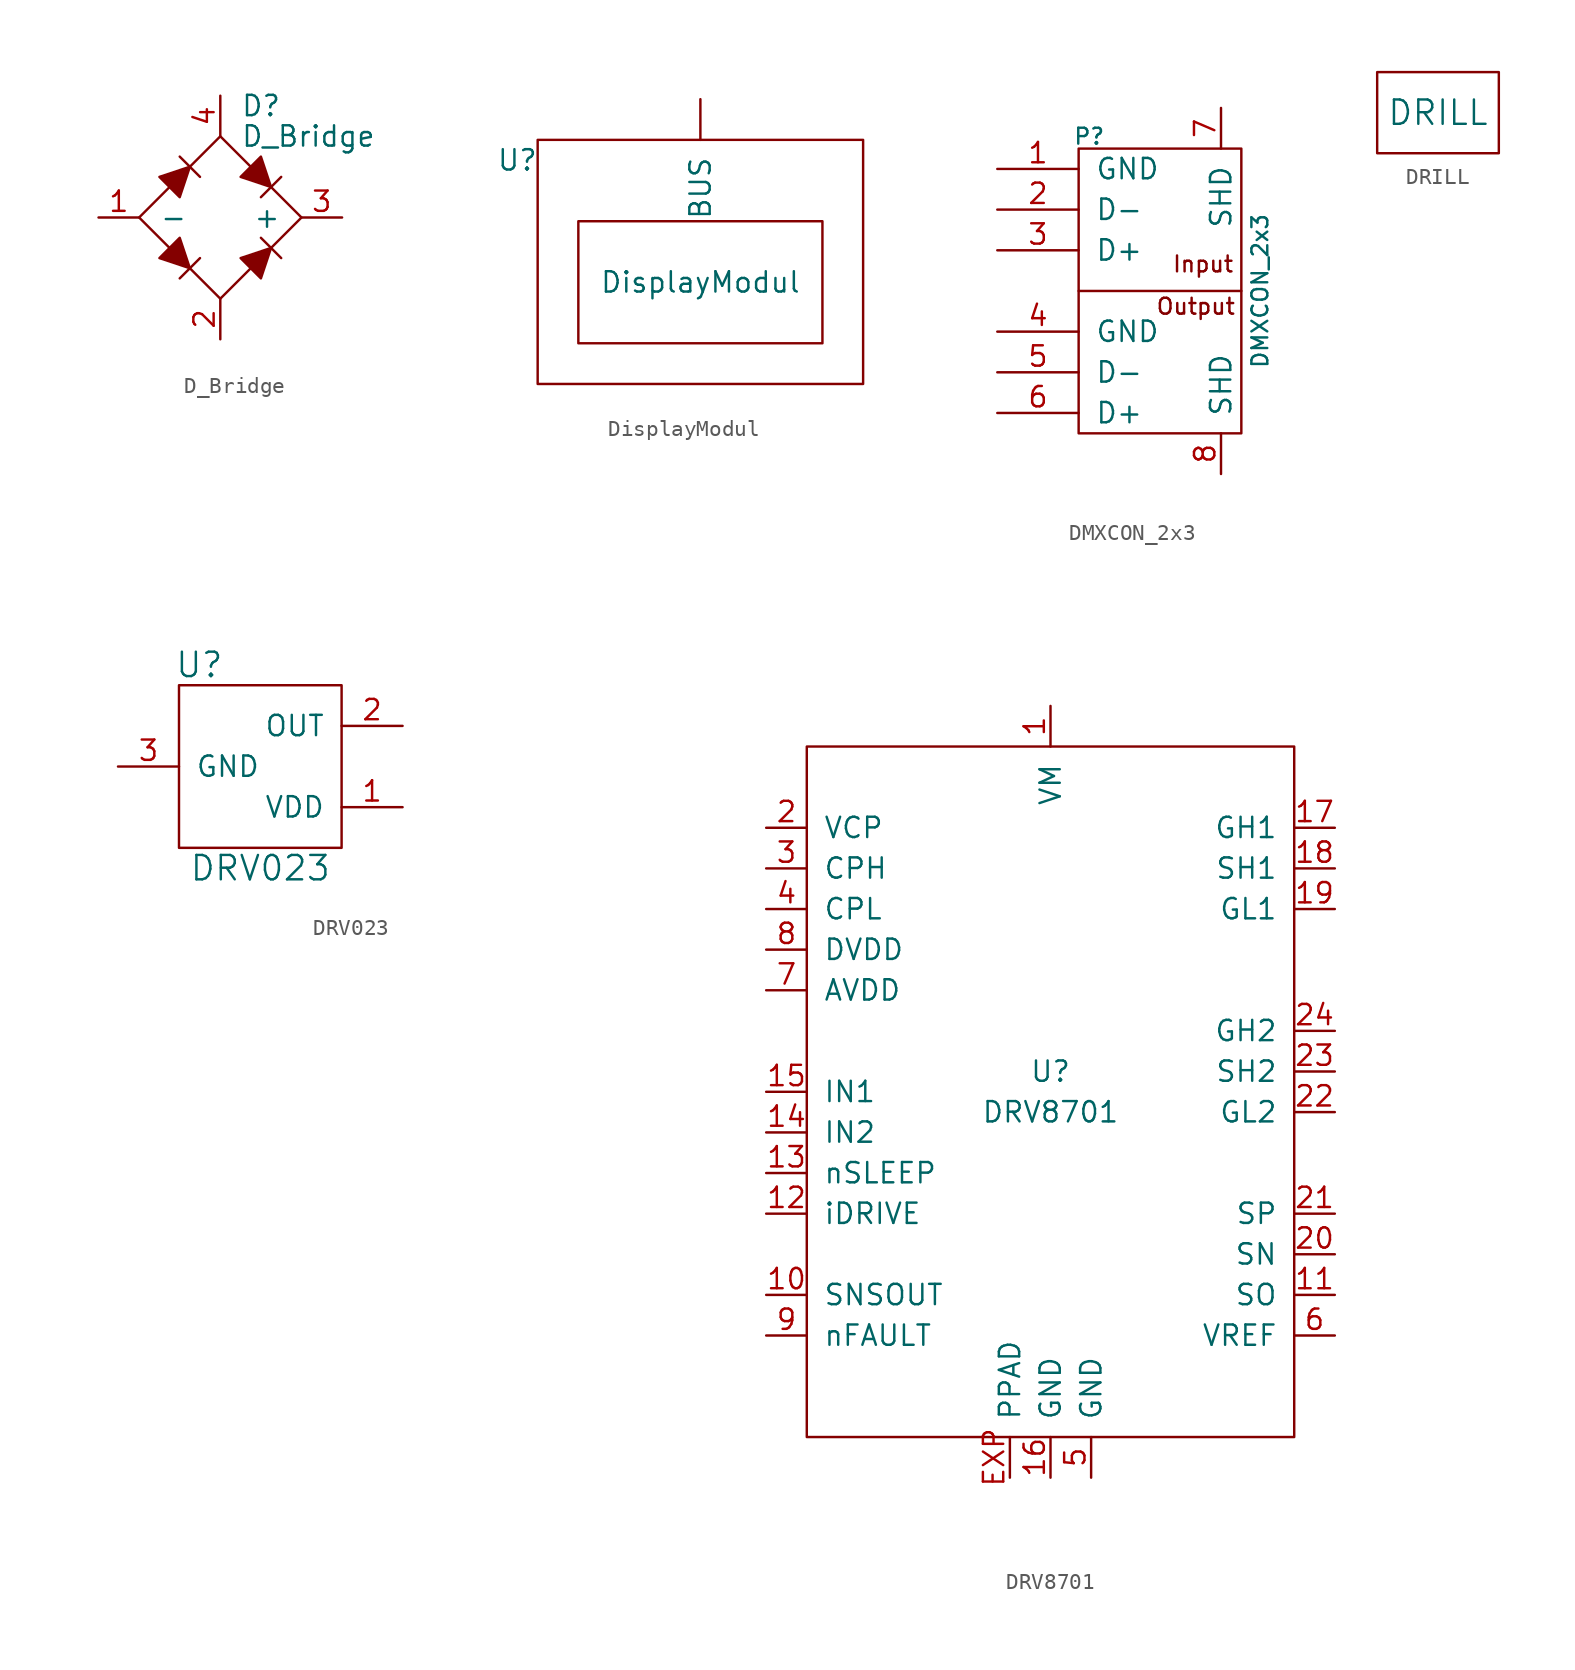
<source format=kicad_sym>
(kicad_symbol_lib
  (version 20210619)
  (generator kicad_symbol_editor)
  (symbol "tinkerforge:D_Bridge"
    (pin_names
      (offset 1.27))
    (property "Reference" "D"
      (at 1.27 6.985 0)
      (effects (font (size 1.27 1.27)) (justify left)))
    (property "Value" "D_Bridge"
      (at 1.27 5.08 0)
      (effects (font (size 1.27 1.27)) (justify left)))
    (symbol "D_Bridge_0_1"
      (polyline (pts (xy -2.54 3.81) (xy -1.27 2.54)) (stroke (width 0)) (fill (type none)))
      (polyline (pts (xy -1.27 -2.54) (xy -2.54 -3.81)) (stroke (width 0)) (fill (type none)))
      (polyline (pts (xy 2.54 -1.27) (xy 3.81 -2.54)) (stroke (width 0)) (fill (type none)))
      (polyline (pts (xy 2.54 1.27) (xy 3.81 2.54)) (stroke (width 0)) (fill (type none)))
      (polyline (pts (xy -5.08 0) (xy 0 -5.08) (xy 5.08 0) (xy 0 5.08) (xy -5.08 0)) (stroke (width 0)) (fill (type none)))
      (polyline (pts (xy -3.81 2.54) (xy -2.54 1.27) (xy -1.905 3.175) (xy -3.81 2.54)) (stroke (width 0)) (fill (type outline)))
      (polyline (pts (xy -2.54 -1.27) (xy -3.81 -2.54) (xy -1.905 -3.175) (xy -2.54 -1.27)) (stroke (width 0)) (fill (type outline)))
      (polyline (pts (xy 1.27 2.54) (xy 2.54 3.81) (xy 3.175 1.905) (xy 1.27 2.54)) (stroke (width 0)) (fill (type outline)))
      (polyline (pts (xy 3.175 -1.905) (xy 1.27 -2.54) (xy 2.54 -3.81) (xy 3.175 -1.905)) (stroke (width 0)) (fill (type outline))))
    (symbol "D_Bridge_1_1"
      (pin input line (at -7.62 0 0) (length 2.54) (name "-" (effects (font (size 1.27 1.27)))) (number "1" (effects (font (size 1.27 1.27)))))
      (pin input line (at 0 -7.62 90) (length 2.54) (name "~" (effects (font (size 1.27 1.27)))) (number "2" (effects (font (size 1.27 1.27)))))
      (pin input line (at 7.62 0 180) (length 2.54) (name "+" (effects (font (size 1.27 1.27)))) (number "3" (effects (font (size 1.27 1.27)))))
      (pin input line (at 0 7.62 270) (length 2.54) (name "~" (effects (font (size 1.27 1.27)))) (number "4" (effects (font (size 1.27 1.27)))))))
  (symbol "tinkerforge:DisplayModul"
    (pin_names
      (offset 1.016))
    (property "Reference" "U"
      (at -11.43 7.62 0)
      (effects (font (size 1.27 1.27))))
    (property "Value" "DisplayModul"
      (at 0 0 0)
      (effects (font (size 1.27 1.27))))
    (symbol "DisplayModul_0_1"
      (rectangle (start -10.16 8.89) (end 10.16 -6.35) (stroke (width 0)) (fill (type none)))
      (rectangle (start -7.62 3.81) (end 7.62 -3.81) (stroke (width 0)) (fill (type none))))
    (symbol "DisplayModul_1_1"
      (pin output line (at 0 11.43 270) (length 2.54) (name "BUS" (effects (font (size 1.27 1.27)))) (number "~" (effects (font (size 1.27 1.27)))))))
  (symbol "tinkerforge:DMXCON_2x3"
    (pin_names
      (offset 1.016))
    (property "Reference" "P"
      (at -4.42 9.652 0)
      (effects (font (size 0.991 0.991))))
    (property "Value" "DMXCON_2x3"
      (at 6.248 0 90)
      (effects (font (size 0.991 0.991))))
    (property "Footprint" ""
      (at -0.102 3.81 0)
      (effects (font (size 0.991 0.991))))
    (property "Datasheet" ""
      (at -0.102 3.81 0)
      (effects (font (size 0.991 0.991))))
    (symbol "DMXCON_2x3_0_0"
      (text "Input" (at 2.692 1.676 0) (effects (font (size 0.991 0.991))))
      (text "Output" (at 2.235 -0.965 0) (effects (font (size 0.991 0.991)))))
    (symbol "DMXCON_2x3_0_1"
      (rectangle (start -5.08 0) (end 5.08 0) (stroke (width 0)) (fill (type none)))
      (rectangle (start -5.08 8.89) (end 5.08 -8.89) (stroke (width 0)) (fill (type none))))
    (symbol "DMXCON_2x3_1_1"
      (pin passive line (at -10.16 7.62 0) (length 5.08) (name "GND" (effects (font (size 1.27 1.27)))) (number "1" (effects (font (size 1.27 1.27)))))
      (pin passive line (at -10.16 5.08 0) (length 5.08) (name "D-" (effects (font (size 1.27 1.27)))) (number "2" (effects (font (size 1.27 1.27)))))
      (pin passive line (at -10.16 2.54 0) (length 5.08) (name "D+" (effects (font (size 1.27 1.27)))) (number "3" (effects (font (size 1.27 1.27)))))
      (pin passive line (at -10.16 -2.54 0) (length 5.08) (name "GND" (effects (font (size 1.27 1.27)))) (number "4" (effects (font (size 1.27 1.27)))))
      (pin passive line (at -10.16 -5.08 0) (length 5.08) (name "D-" (effects (font (size 1.27 1.27)))) (number "5" (effects (font (size 1.27 1.27)))))
      (pin passive line (at -10.16 -7.62 0) (length 5.08) (name "D+" (effects (font (size 1.27 1.27)))) (number "6" (effects (font (size 1.27 1.27)))))
      (pin passive line (at 3.81 11.43 270) (length 2.54) (name "SHD" (effects (font (size 1.27 1.27)))) (number "7" (effects (font (size 1.27 1.27)))))
      (pin passive line (at 3.81 -11.43 90) (length 2.54) (name "SHD" (effects (font (size 1.27 1.27)))) (number "8" (effects (font (size 1.27 1.27)))))))
  (symbol "tinkerforge:DRILL"
    (pin_numbers hide)
    (pin_names
      (offset 0) hide)
    (property "Reference" ""
      (at 0 0 0)
      (effects (font (size 1.524 1.524)) hide))
    (property "Value" "DRILL"
      (at 0 0 0)
      (effects (font (size 1.524 1.524))))
    (property "Footprint" ""
      (at 0 0 0)
      (effects (font (size 1.524 1.524))))
    (property "Datasheet" ""
      (at 0 0 0)
      (effects (font (size 1.524 1.524))))
    (symbol "DRILL_0_1"
      (rectangle (start -3.81 2.54) (end 3.81 -2.54) (stroke (width 0)) (fill (type none)))))
  (symbol "tinkerforge:DRV023"
    (pin_names
      (offset 1.016))
    (property "Reference" "U"
      (at -3.81 6.35 0)
      (effects (font (size 1.524 1.524))))
    (property "Value" "DRV023"
      (at 0 -6.35 0)
      (effects (font (size 1.524 1.524))))
    (property "Footprint" ""
      (at 20.32 -6.35 0)
      (effects (font (size 1.524 1.524))))
    (property "Datasheet" ""
      (at 20.32 -6.35 0)
      (effects (font (size 1.524 1.524))))
    (symbol "DRV023_0_1"
      (rectangle (start -5.08 5.08) (end 5.08 -5.08) (stroke (width 0)) (fill (type none))))
    (symbol "DRV023_1_1"
      (pin passive line (at 8.89 -2.54 180) (length 3.81) (name "VDD" (effects (font (size 1.27 1.27)))) (number "1" (effects (font (size 1.27 1.27)))))
      (pin passive line (at 8.89 2.54 180) (length 3.81) (name "OUT" (effects (font (size 1.27 1.27)))) (number "2" (effects (font (size 1.27 1.27)))))
      (pin passive line (at -8.89 0 0) (length 3.81) (name "GND" (effects (font (size 1.27 1.27)))) (number "3" (effects (font (size 1.27 1.27)))))))
  (symbol "tinkerforge:DRV8701"
    (pin_names
      (offset 1.016))
    (property "Reference" "U"
      (at 0 0 0)
      (effects (font (size 1.27 1.27))))
    (property "Value" "DRV8701"
      (at 0 -2.54 0)
      (effects (font (size 1.27 1.27))))
    (symbol "DRV8701_0_1"
      (rectangle (start -15.24 20.32) (end 15.24 -22.86) (stroke (width 0)) (fill (type none))))
    (symbol "DRV8701_1_1"
      (pin input line (at 0 22.86 270) (length 2.54) (name "VM" (effects (font (size 1.27 1.27)))) (number "1" (effects (font (size 1.27 1.27)))))
      (pin input line (at -17.78 -13.97 0) (length 2.54) (name "SNSOUT" (effects (font (size 1.27 1.27)))) (number "10" (effects (font (size 1.27 1.27)))))
      (pin input line (at 17.78 -13.97 180) (length 2.54) (name "SO" (effects (font (size 1.27 1.27)))) (number "11" (effects (font (size 1.27 1.27)))))
      (pin input line (at -17.78 -8.89 0) (length 2.54) (name "iDRIVE" (effects (font (size 1.27 1.27)))) (number "12" (effects (font (size 1.27 1.27)))))
      (pin input line (at -17.78 -6.35 0) (length 2.54) (name "nSLEEP" (effects (font (size 1.27 1.27)))) (number "13" (effects (font (size 1.27 1.27)))))
      (pin input line (at -17.78 -3.81 0) (length 2.54) (name "IN2" (effects (font (size 1.27 1.27)))) (number "14" (effects (font (size 1.27 1.27)))))
      (pin input line (at -17.78 -1.27 0) (length 2.54) (name "IN1" (effects (font (size 1.27 1.27)))) (number "15" (effects (font (size 1.27 1.27)))))
      (pin input line (at 0 -25.4 90) (length 2.54) (name "GND" (effects (font (size 1.27 1.27)))) (number "16" (effects (font (size 1.27 1.27)))))
      (pin input line (at 17.78 15.24 180) (length 2.54) (name "GH1" (effects (font (size 1.27 1.27)))) (number "17" (effects (font (size 1.27 1.27)))))
      (pin input line (at 17.78 12.7 180) (length 2.54) (name "SH1" (effects (font (size 1.27 1.27)))) (number "18" (effects (font (size 1.27 1.27)))))
      (pin input line (at 17.78 10.16 180) (length 2.54) (name "GL1" (effects (font (size 1.27 1.27)))) (number "19" (effects (font (size 1.27 1.27)))))
      (pin input line (at -17.78 15.24 0) (length 2.54) (name "VCP" (effects (font (size 1.27 1.27)))) (number "2" (effects (font (size 1.27 1.27)))))
      (pin input line (at 17.78 -11.43 180) (length 2.54) (name "SN" (effects (font (size 1.27 1.27)))) (number "20" (effects (font (size 1.27 1.27)))))
      (pin input line (at 17.78 -8.89 180) (length 2.54) (name "SP" (effects (font (size 1.27 1.27)))) (number "21" (effects (font (size 1.27 1.27)))))
      (pin input line (at 17.78 -2.54 180) (length 2.54) (name "GL2" (effects (font (size 1.27 1.27)))) (number "22" (effects (font (size 1.27 1.27)))))
      (pin input line (at 17.78 0 180) (length 2.54) (name "SH2" (effects (font (size 1.27 1.27)))) (number "23" (effects (font (size 1.27 1.27)))))
      (pin input line (at 17.78 2.54 180) (length 2.54) (name "GH2" (effects (font (size 1.27 1.27)))) (number "24" (effects (font (size 1.27 1.27)))))
      (pin input line (at -17.78 12.7 0) (length 2.54) (name "CPH" (effects (font (size 1.27 1.27)))) (number "3" (effects (font (size 1.27 1.27)))))
      (pin input line (at -17.78 10.16 0) (length 2.54) (name "CPL" (effects (font (size 1.27 1.27)))) (number "4" (effects (font (size 1.27 1.27)))))
      (pin input line (at 2.54 -25.4 90) (length 2.54) (name "GND" (effects (font (size 1.27 1.27)))) (number "5" (effects (font (size 1.27 1.27)))))
      (pin input line (at 17.78 -16.51 180) (length 2.54) (name "VREF" (effects (font (size 1.27 1.27)))) (number "6" (effects (font (size 1.27 1.27)))))
      (pin input line (at -17.78 5.08 0) (length 2.54) (name "AVDD" (effects (font (size 1.27 1.27)))) (number "7" (effects (font (size 1.27 1.27)))))
      (pin input line (at -17.78 7.62 0) (length 2.54) (name "DVDD" (effects (font (size 1.27 1.27)))) (number "8" (effects (font (size 1.27 1.27)))))
      (pin input line (at -17.78 -16.51 0) (length 2.54) (name "nFAULT" (effects (font (size 1.27 1.27)))) (number "9" (effects (font (size 1.27 1.27)))))
      (pin input line (at -2.54 -25.4 90) (length 2.54) (name "PPAD" (effects (font (size 1.27 1.27)))) (number "EXP" (effects (font (size 1.27 1.27))))))))
</source>
